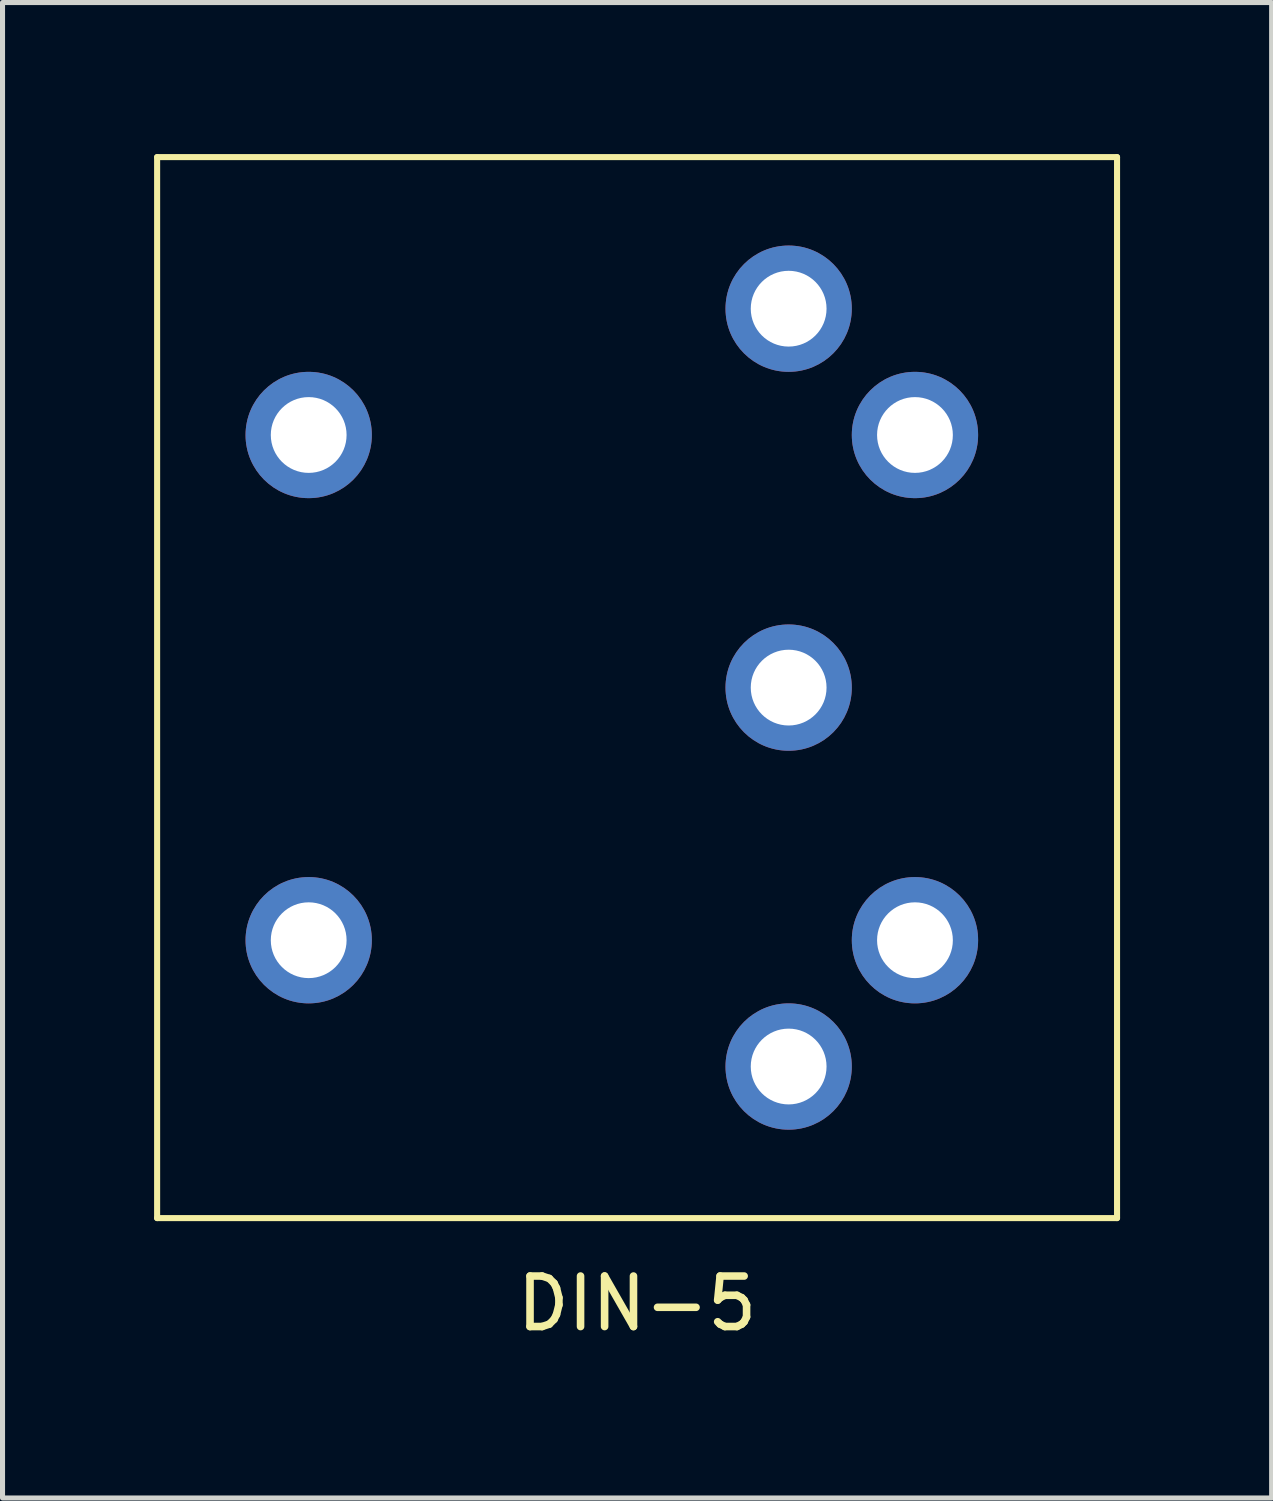
<source format=kicad_pcb>
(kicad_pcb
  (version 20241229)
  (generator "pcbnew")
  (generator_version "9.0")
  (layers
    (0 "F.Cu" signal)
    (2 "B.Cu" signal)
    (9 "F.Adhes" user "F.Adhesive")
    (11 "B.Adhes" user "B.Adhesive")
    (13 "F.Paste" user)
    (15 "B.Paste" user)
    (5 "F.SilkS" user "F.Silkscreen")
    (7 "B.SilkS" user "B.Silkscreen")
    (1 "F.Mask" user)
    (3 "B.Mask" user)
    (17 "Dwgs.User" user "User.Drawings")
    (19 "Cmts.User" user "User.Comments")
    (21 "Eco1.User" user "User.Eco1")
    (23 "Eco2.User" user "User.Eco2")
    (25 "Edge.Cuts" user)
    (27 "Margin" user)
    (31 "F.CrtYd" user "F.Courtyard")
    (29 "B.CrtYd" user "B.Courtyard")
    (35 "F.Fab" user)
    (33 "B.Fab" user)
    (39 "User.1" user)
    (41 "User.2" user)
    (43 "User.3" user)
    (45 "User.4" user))
  (footprint "DIN-5"
    (layer "F.Cu")
    (at 9.56 10.56)
    (property "Reference" "DIN-5" (at 0 12.192 0) (layer "F.SilkS") (effects (font (size 1 1) (thickness 0.15))))
    (attr through_hole)
    (fp_line (start -9.5 -10.5) (end -9.5 10.5) (stroke (width 0.12) (type solid)) (layer "F.SilkS"))
    (fp_line (start -9.5 -10.5) (end 9.5 -10.5) (stroke (width 0.12) (type solid)) (layer "F.SilkS"))
    (fp_line (start -9.5 10.5) (end 9.5 10.5) (stroke (width 0.12) (type solid)) (layer "F.SilkS"))
    (fp_line (start 9.5 10.5) (end 9.5 -10.5) (stroke (width 0.12) (type solid)) (layer "F.SilkS"))
    (pad "" thru_hole circle (at -6.5 -5) (size 2.5 2.5) (drill 1.5) (layers "*.Cu" "*.Mask"))
    (pad "" thru_hole circle (at -6.5 5) (size 2.5 2.5) (drill 1.5) (layers "*.Cu" "*.Mask"))
    (pad "1" thru_hole circle (at 3 7.5) (size 2.5 2.5) (drill 1.5) (layers "*.Cu" "*.Mask"))
    (pad "2" thru_hole circle (at 5.5 5) (size 2.5 2.5) (drill 1.5) (layers "*.Cu" "*.Mask"))
    (pad "3" thru_hole circle (at 3 0) (size 2.5 2.5) (drill 1.5) (layers "*.Cu" "*.Mask"))
    (pad "4" thru_hole circle (at 5.5 -5) (size 2.5 2.5) (drill 1.5) (layers "*.Cu" "*.Mask"))
    (pad "5" thru_hole circle (at 3 -7.5) (size 2.5 2.5) (drill 1.5) (layers "*.Cu" "*.Mask")))
  (gr_rect
    (start -3 -3)
    (end 22.12 26.6)
    (stroke (width 0.1) (type default))
    (fill no)
    (layer "Edge.Cuts")))
</source>
